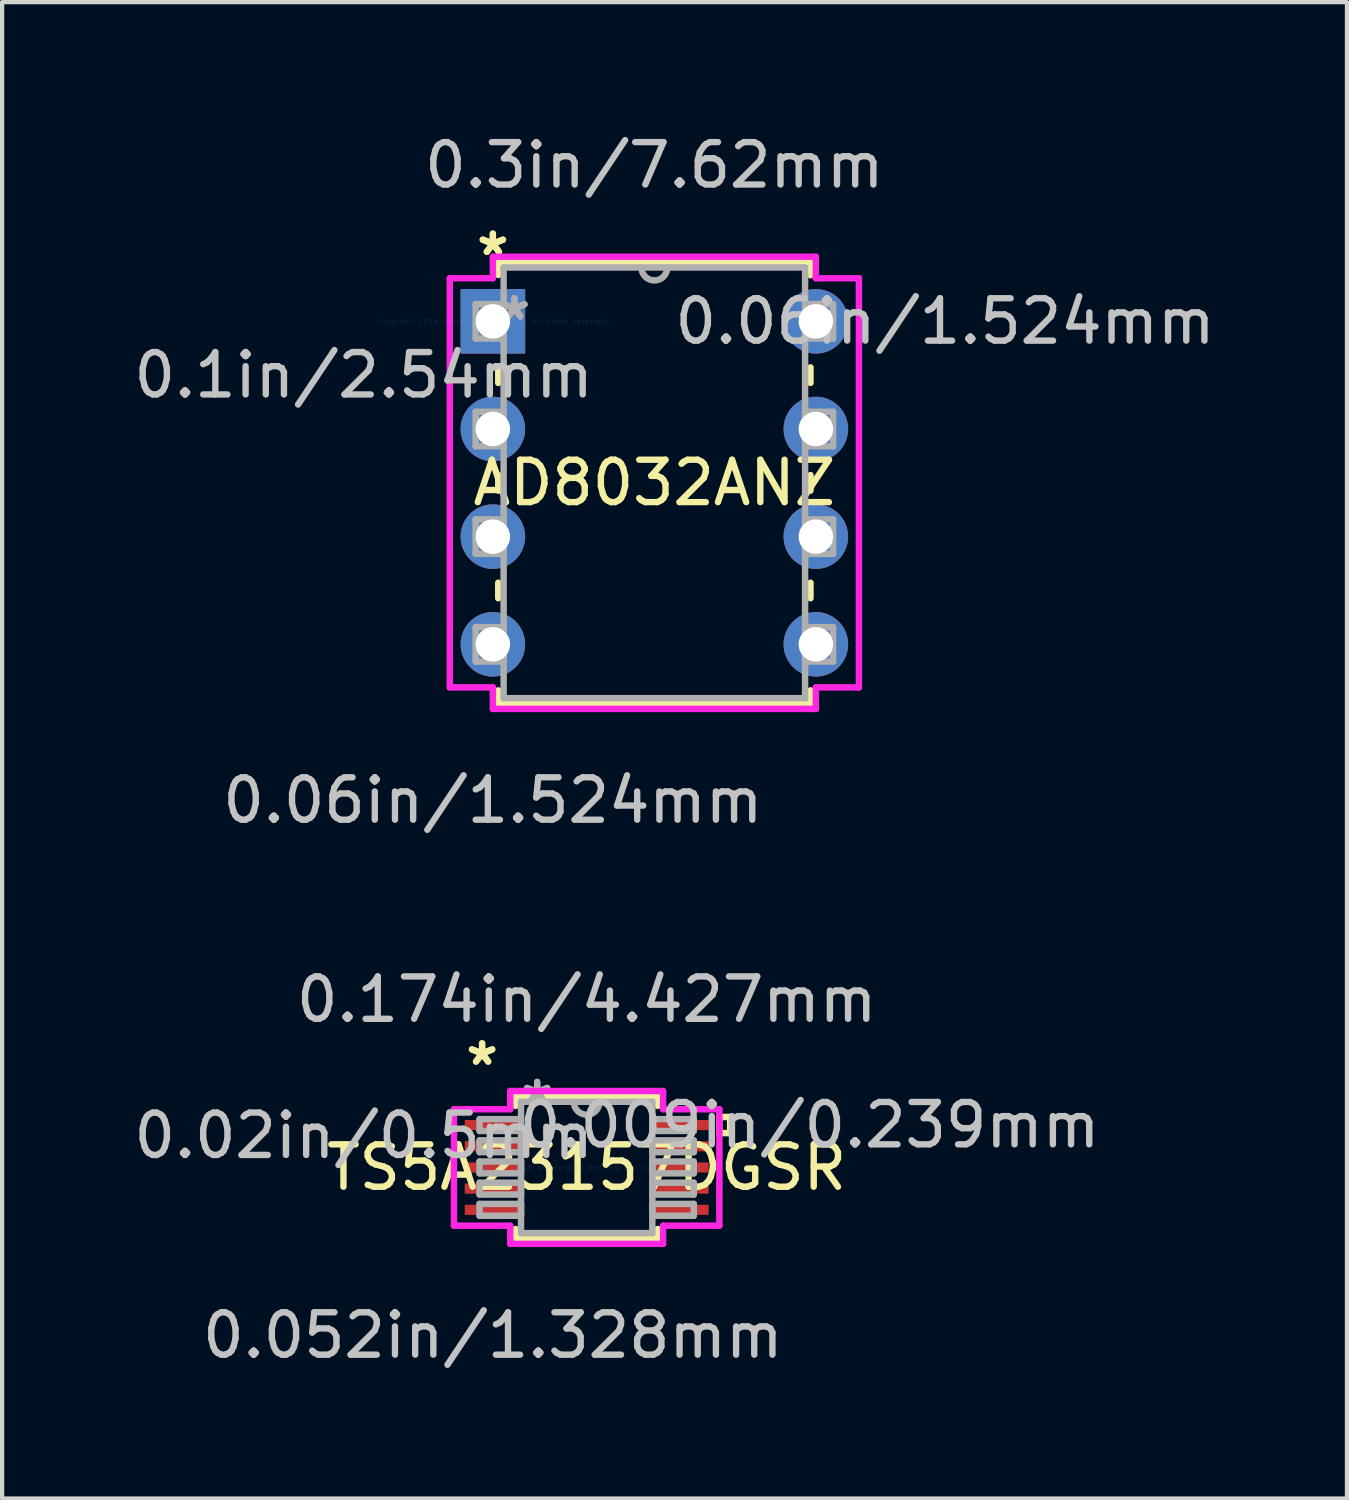
<source format=kicad_pcb>
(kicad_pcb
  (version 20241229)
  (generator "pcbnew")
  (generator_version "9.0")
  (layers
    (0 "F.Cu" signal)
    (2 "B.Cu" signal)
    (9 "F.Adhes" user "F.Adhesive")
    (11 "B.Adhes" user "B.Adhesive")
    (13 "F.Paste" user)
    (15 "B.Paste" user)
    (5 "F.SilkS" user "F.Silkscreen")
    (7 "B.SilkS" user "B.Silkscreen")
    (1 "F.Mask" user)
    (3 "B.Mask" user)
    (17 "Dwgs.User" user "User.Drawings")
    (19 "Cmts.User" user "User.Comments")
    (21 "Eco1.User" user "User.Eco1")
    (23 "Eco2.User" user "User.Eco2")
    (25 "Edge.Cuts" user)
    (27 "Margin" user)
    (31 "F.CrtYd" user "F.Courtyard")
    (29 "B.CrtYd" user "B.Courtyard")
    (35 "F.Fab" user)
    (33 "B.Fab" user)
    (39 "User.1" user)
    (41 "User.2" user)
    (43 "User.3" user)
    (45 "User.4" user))
  (footprint "TS5A23157DGSR"
    (layer "F.Cu")
    (at 10.791 24.493)
    (property "Reference" "TS5A23157DGSR" (at 0 0 0) (layer "F.SilkS") (effects (font (size 1 1) (thickness 0.15))))
    (attr through_hole)
    (fp_line (start -1.676 -1.676) (end -1.676 -1.452) (stroke (width 0.152) (type solid)) (layer "F.SilkS"))
    (fp_line (start -1.676 1.452) (end -1.676 1.676) (stroke (width 0.152) (type solid)) (layer "F.SilkS"))
    (fp_line (start -1.676 1.676) (end 1.676 1.676) (stroke (width 0.152) (type solid)) (layer "F.SilkS"))
    (fp_line (start 1.676 -1.676) (end -1.676 -1.676) (stroke (width 0.152) (type solid)) (layer "F.SilkS"))
    (fp_line (start 1.676 -1.452) (end 1.676 -1.676) (stroke (width 0.152) (type solid)) (layer "F.SilkS"))
    (fp_line (start 1.676 1.676) (end 1.676 1.452) (stroke (width 0.152) (type solid)) (layer "F.SilkS"))
    (fp_line (start 3.131 -1.191) (end 3.385 -1.191) (stroke (width 0.152) (type solid)) (layer "F.SilkS"))
    (fp_line (start 3.131 -0.81) (end 3.131 -1.191) (stroke (width 0.152) (type solid)) (layer "F.SilkS"))
    (fp_line (start 3.385 -1.191) (end 3.385 -0.81) (stroke (width 0.152) (type solid)) (layer "F.SilkS"))
    (fp_line (start 3.385 -0.81) (end 3.131 -0.81) (stroke (width 0.152) (type solid)) (layer "F.SilkS"))
    (fp_line (start -3.131 -1.374) (end -1.803 -1.374) (stroke (width 0.152) (type solid)) (layer "F.CrtYd"))
    (fp_line (start -3.131 1.374) (end -3.131 -1.374) (stroke (width 0.152) (type solid)) (layer "F.CrtYd"))
    (fp_line (start -1.803 -1.803) (end 1.803 -1.803) (stroke (width 0.152) (type solid)) (layer "F.CrtYd"))
    (fp_line (start -1.803 -1.374) (end -1.803 -1.803) (stroke (width 0.152) (type solid)) (layer "F.CrtYd"))
    (fp_line (start -1.803 1.374) (end -3.131 1.374) (stroke (width 0.152) (type solid)) (layer "F.CrtYd"))
    (fp_line (start -1.803 1.803) (end -1.803 1.374) (stroke (width 0.152) (type solid)) (layer "F.CrtYd"))
    (fp_line (start 1.803 -1.803) (end 1.803 -1.374) (stroke (width 0.152) (type solid)) (layer "F.CrtYd"))
    (fp_line (start 1.803 -1.374) (end 3.131 -1.374) (stroke (width 0.152) (type solid)) (layer "F.CrtYd"))
    (fp_line (start 1.803 1.374) (end 1.803 1.803) (stroke (width 0.152) (type solid)) (layer "F.CrtYd"))
    (fp_line (start 1.803 1.803) (end -1.803 1.803) (stroke (width 0.152) (type solid)) (layer "F.CrtYd"))
    (fp_line (start 3.131 -1.374) (end 3.131 1.374) (stroke (width 0.152) (type solid)) (layer "F.CrtYd"))
    (fp_line (start 3.131 1.374) (end 1.803 1.374) (stroke (width 0.152) (type solid)) (layer "F.CrtYd"))
    (fp_line (start -2.527 -1.14) (end -2.527 -0.86) (stroke (width 0.152) (type solid)) (layer "F.Fab"))
    (fp_line (start -2.527 -0.86) (end -1.549 -0.86) (stroke (width 0.152) (type solid)) (layer "F.Fab"))
    (fp_line (start -2.527 -0.64) (end -2.527 -0.36) (stroke (width 0.152) (type solid)) (layer "F.Fab"))
    (fp_line (start -2.527 -0.36) (end -1.549 -0.36) (stroke (width 0.152) (type solid)) (layer "F.Fab"))
    (fp_line (start -2.527 -0.14) (end -2.527 0.14) (stroke (width 0.152) (type solid)) (layer "F.Fab"))
    (fp_line (start -2.527 0.14) (end -1.549 0.14) (stroke (width 0.152) (type solid)) (layer "F.Fab"))
    (fp_line (start -2.527 0.36) (end -2.527 0.64) (stroke (width 0.152) (type solid)) (layer "F.Fab"))
    (fp_line (start -2.527 0.64) (end -1.549 0.64) (stroke (width 0.152) (type solid)) (layer "F.Fab"))
    (fp_line (start -2.527 0.86) (end -2.527 1.14) (stroke (width 0.152) (type solid)) (layer "F.Fab"))
    (fp_line (start -2.527 1.14) (end -1.549 1.14) (stroke (width 0.152) (type solid)) (layer "F.Fab"))
    (fp_line (start -1.549 -1.549) (end -1.549 1.549) (stroke (width 0.152) (type solid)) (layer "F.Fab"))
    (fp_line (start -1.549 -1.14) (end -2.527 -1.14) (stroke (width 0.152) (type solid)) (layer "F.Fab"))
    (fp_line (start -1.549 -0.86) (end -1.549 -1.14) (stroke (width 0.152) (type solid)) (layer "F.Fab"))
    (fp_line (start -1.549 -0.64) (end -2.527 -0.64) (stroke (width 0.152) (type solid)) (layer "F.Fab"))
    (fp_line (start -1.549 -0.36) (end -1.549 -0.64) (stroke (width 0.152) (type solid)) (layer "F.Fab"))
    (fp_line (start -1.549 -0.14) (end -2.527 -0.14) (stroke (width 0.152) (type solid)) (layer "F.Fab"))
    (fp_line (start -1.549 0.14) (end -1.549 -0.14) (stroke (width 0.152) (type solid)) (layer "F.Fab"))
    (fp_line (start -1.549 0.36) (end -2.527 0.36) (stroke (width 0.152) (type solid)) (layer "F.Fab"))
    (fp_line (start -1.549 0.64) (end -1.549 0.36) (stroke (width 0.152) (type solid)) (layer "F.Fab"))
    (fp_line (start -1.549 0.86) (end -2.527 0.86) (stroke (width 0.152) (type solid)) (layer "F.Fab"))
    (fp_line (start -1.549 1.14) (end -1.549 0.86) (stroke (width 0.152) (type solid)) (layer "F.Fab"))
    (fp_line (start -1.549 1.549) (end 1.549 1.549) (stroke (width 0.152) (type solid)) (layer "F.Fab"))
    (fp_line (start 1.549 -1.549) (end -1.549 -1.549) (stroke (width 0.152) (type solid)) (layer "F.Fab"))
    (fp_line (start 1.549 -1.14) (end 1.549 -0.86) (stroke (width 0.152) (type solid)) (layer "F.Fab"))
    (fp_line (start 1.549 -0.86) (end 2.527 -0.86) (stroke (width 0.152) (type solid)) (layer "F.Fab"))
    (fp_line (start 1.549 -0.64) (end 1.549 -0.36) (stroke (width 0.152) (type solid)) (layer "F.Fab"))
    (fp_line (start 1.549 -0.36) (end 2.527 -0.36) (stroke (width 0.152) (type solid)) (layer "F.Fab"))
    (fp_line (start 1.549 -0.14) (end 1.549 0.14) (stroke (width 0.152) (type solid)) (layer "F.Fab"))
    (fp_line (start 1.549 0.14) (end 2.527 0.14) (stroke (width 0.152) (type solid)) (layer "F.Fab"))
    (fp_line (start 1.549 0.36) (end 1.549 0.64) (stroke (width 0.152) (type solid)) (layer "F.Fab"))
    (fp_line (start 1.549 0.64) (end 2.527 0.64) (stroke (width 0.152) (type solid)) (layer "F.Fab"))
    (fp_line (start 1.549 0.86) (end 1.549 1.14) (stroke (width 0.152) (type solid)) (layer "F.Fab"))
    (fp_line (start 1.549 1.14) (end 2.527 1.14) (stroke (width 0.152) (type solid)) (layer "F.Fab"))
    (fp_line (start 1.549 1.549) (end 1.549 -1.549) (stroke (width 0.152) (type solid)) (layer "F.Fab"))
    (fp_line (start 2.527 -1.14) (end 1.549 -1.14) (stroke (width 0.152) (type solid)) (layer "F.Fab"))
    (fp_line (start 2.527 -0.86) (end 2.527 -1.14) (stroke (width 0.152) (type solid)) (layer "F.Fab"))
    (fp_line (start 2.527 -0.64) (end 1.549 -0.64) (stroke (width 0.152) (type solid)) (layer "F.Fab"))
    (fp_line (start 2.527 -0.36) (end 2.527 -0.64) (stroke (width 0.152) (type solid)) (layer "F.Fab"))
    (fp_line (start 2.527 -0.14) (end 1.549 -0.14) (stroke (width 0.152) (type solid)) (layer "F.Fab"))
    (fp_line (start 2.527 0.14) (end 2.527 -0.14) (stroke (width 0.152) (type solid)) (layer "F.Fab"))
    (fp_line (start 2.527 0.36) (end 1.549 0.36) (stroke (width 0.152) (type solid)) (layer "F.Fab"))
    (fp_line (start 2.527 0.64) (end 2.527 0.36) (stroke (width 0.152) (type solid)) (layer "F.Fab"))
    (fp_line (start 2.527 0.86) (end 1.549 0.86) (stroke (width 0.152) (type solid)) (layer "F.Fab"))
    (fp_line (start 2.527 1.14) (end 2.527 0.86) (stroke (width 0.152) (type solid)) (layer "F.Fab"))
    (fp_arc (start 0.3048 -1.5494) (mid 0 -1.2446) (end -0.3048 -1.5494) (stroke (width 0.1524) (type solid)) (layer "F.Fab"))
    (fp_text user "*" (at -2.467 -2.382 0) (layer "F.SilkS") (effects (font (size 1 1) (thickness 0.15))))
    (fp_text user "*" (at -2.467 -2.382 0) (layer "F.SilkS") (effects (font (size 1 1) (thickness 0.15))))
    (fp_text user "0.009in/0.239mm" (at 5.261 -1 0) (layer "Dwgs.User") (effects (font (size 1 1) (thickness 0.15))))
    (fp_text user "0.02in/0.5mm" (at -5.261 -0.75 0) (layer "Dwgs.User") (effects (font (size 1 1) (thickness 0.15))))
    (fp_text user "0.174in/4.427mm" (at 0 -3.962 0) (layer "Dwgs.User") (effects (font (size 1 1) (thickness 0.15))))
    (fp_text user "0.052in/1.328mm" (at -2.213 3.962 0) (layer "Dwgs.User") (effects (font (size 1 1) (thickness 0.15))))
    (fp_text user "Copyright 2016 Accelerated Designs. All rights reserved." (at 0 0 0) (layer "Cmts.User") (effects (font (size 0.127 0.127) (thickness 0.002))))
    (fp_text user "*" (at -1.168 -1.473 0) (layer "F.Fab") (effects (font (size 1 1) (thickness 0.15))))
    (fp_text user "*" (at -1.168 -1.473 0) (layer "F.Fab") (effects (font (size 1 1) (thickness 0.15))))
    (pad "1" smd rect (at -2.213 -1) (size 1.328 0.239) (layers "F.Cu" "F.Mask" "F.Paste"))
    (pad "2" smd rect (at -2.213 -0.5) (size 1.328 0.239) (layers "F.Cu" "F.Mask" "F.Paste"))
    (pad "3" smd rect (at -2.213 0) (size 1.328 0.239) (layers "F.Cu" "F.Mask" "F.Paste"))
    (pad "4" smd rect (at -2.213 0.5) (size 1.328 0.239) (layers "F.Cu" "F.Mask" "F.Paste"))
    (pad "5" smd rect (at -2.213 1) (size 1.328 0.239) (layers "F.Cu" "F.Mask" "F.Paste"))
    (pad "6" smd rect (at 2.213 1) (size 1.328 0.239) (layers "F.Cu" "F.Mask" "F.Paste"))
    (pad "7" smd rect (at 2.213 0.5) (size 1.328 0.239) (layers "F.Cu" "F.Mask" "F.Paste"))
    (pad "8" smd rect (at 2.213 0) (size 1.328 0.239) (layers "F.Cu" "F.Mask" "F.Paste"))
    (pad "9" smd rect (at 2.213 -0.5) (size 1.328 0.239) (layers "F.Cu" "F.Mask" "F.Paste"))
    (pad "10" smd rect (at 2.213 -1) (size 1.328 0.239) (layers "F.Cu" "F.Mask" "F.Paste")))
  (footprint "AD8032ANZ"
    (layer "F.Cu")
    (at 8.578 4.531)
    (property "Reference" "AD8032ANZ" (at 3.81 3.81 0) (layer "F.SilkS") (effects (font (size 1 1) (thickness 0.15))))
    (attr through_hole)
    (fp_line (start 0.127 -1.397) (end 0.127 -1.095) (stroke (width 0.152) (type solid)) (layer "F.SilkS"))
    (fp_line (start 0.127 1.095) (end 0.127 1.453) (stroke (width 0.152) (type solid)) (layer "F.SilkS"))
    (fp_line (start 0.127 3.627) (end 0.127 3.993) (stroke (width 0.152) (type solid)) (layer "F.SilkS"))
    (fp_line (start 0.127 6.167) (end 0.127 6.533) (stroke (width 0.152) (type solid)) (layer "F.SilkS"))
    (fp_line (start 0.127 8.707) (end 0.127 9.017) (stroke (width 0.152) (type solid)) (layer "F.SilkS"))
    (fp_line (start 0.127 9.017) (end 7.493 9.017) (stroke (width 0.152) (type solid)) (layer "F.SilkS"))
    (fp_line (start 7.493 -1.397) (end 0.127 -1.397) (stroke (width 0.152) (type solid)) (layer "F.SilkS"))
    (fp_line (start 7.493 -1.087) (end 7.493 -1.397) (stroke (width 0.152) (type solid)) (layer "F.SilkS"))
    (fp_line (start 7.493 1.453) (end 7.493 1.087) (stroke (width 0.152) (type solid)) (layer "F.SilkS"))
    (fp_line (start 7.493 3.993) (end 7.493 3.627) (stroke (width 0.152) (type solid)) (layer "F.SilkS"))
    (fp_line (start 7.493 6.533) (end 7.493 6.167) (stroke (width 0.152) (type solid)) (layer "F.SilkS"))
    (fp_line (start 7.493 9.017) (end 7.493 8.707) (stroke (width 0.152) (type solid)) (layer "F.SilkS"))
    (fp_line (start -1.016 -1.016) (end -1.016 8.636) (stroke (width 0.152) (type solid)) (layer "F.CrtYd"))
    (fp_line (start -1.016 8.636) (end 0 8.636) (stroke (width 0.152) (type solid)) (layer "F.CrtYd"))
    (fp_line (start 0 -1.524) (end 0 -1.016) (stroke (width 0.152) (type solid)) (layer "F.CrtYd"))
    (fp_line (start 0 -1.016) (end -1.016 -1.016) (stroke (width 0.152) (type solid)) (layer "F.CrtYd"))
    (fp_line (start 0 8.636) (end 0 9.144) (stroke (width 0.152) (type solid)) (layer "F.CrtYd"))
    (fp_line (start 0 9.144) (end 7.62 9.144) (stroke (width 0.152) (type solid)) (layer "F.CrtYd"))
    (fp_line (start 7.62 -1.524) (end 0 -1.524) (stroke (width 0.152) (type solid)) (layer "F.CrtYd"))
    (fp_line (start 7.62 -1.016) (end 7.62 -1.524) (stroke (width 0.152) (type solid)) (layer "F.CrtYd"))
    (fp_line (start 7.62 8.636) (end 8.636 8.636) (stroke (width 0.152) (type solid)) (layer "F.CrtYd"))
    (fp_line (start 7.62 9.144) (end 7.62 8.636) (stroke (width 0.152) (type solid)) (layer "F.CrtYd"))
    (fp_line (start 8.636 -1.016) (end 7.62 -1.016) (stroke (width 0.152) (type solid)) (layer "F.CrtYd"))
    (fp_line (start 8.636 8.636) (end 8.636 -1.016) (stroke (width 0.152) (type solid)) (layer "F.CrtYd"))
    (fp_line (start -0.406 -0.406) (end -0.406 0.406) (stroke (width 0.152) (type solid)) (layer "F.Fab"))
    (fp_line (start -0.406 0.406) (end 0.254 0.406) (stroke (width 0.152) (type solid)) (layer "F.Fab"))
    (fp_line (start -0.406 2.134) (end -0.406 2.946) (stroke (width 0.152) (type solid)) (layer "F.Fab"))
    (fp_line (start -0.406 2.946) (end 0.254 2.946) (stroke (width 0.152) (type solid)) (layer "F.Fab"))
    (fp_line (start -0.406 4.674) (end -0.406 5.486) (stroke (width 0.152) (type solid)) (layer "F.Fab"))
    (fp_line (start -0.406 5.486) (end 0.254 5.486) (stroke (width 0.152) (type solid)) (layer "F.Fab"))
    (fp_line (start -0.406 7.214) (end -0.406 8.026) (stroke (width 0.152) (type solid)) (layer "F.Fab"))
    (fp_line (start -0.406 8.026) (end 0.254 8.026) (stroke (width 0.152) (type solid)) (layer "F.Fab"))
    (fp_line (start 0.254 -1.27) (end 0.254 8.89) (stroke (width 0.152) (type solid)) (layer "F.Fab"))
    (fp_line (start 0.254 -0.406) (end -0.406 -0.406) (stroke (width 0.152) (type solid)) (layer "F.Fab"))
    (fp_line (start 0.254 0.406) (end 0.254 -0.406) (stroke (width 0.152) (type solid)) (layer "F.Fab"))
    (fp_line (start 0.254 2.134) (end -0.406 2.134) (stroke (width 0.152) (type solid)) (layer "F.Fab"))
    (fp_line (start 0.254 2.946) (end 0.254 2.134) (stroke (width 0.152) (type solid)) (layer "F.Fab"))
    (fp_line (start 0.254 4.674) (end -0.406 4.674) (stroke (width 0.152) (type solid)) (layer "F.Fab"))
    (fp_line (start 0.254 5.486) (end 0.254 4.674) (stroke (width 0.152) (type solid)) (layer "F.Fab"))
    (fp_line (start 0.254 7.214) (end -0.406 7.214) (stroke (width 0.152) (type solid)) (layer "F.Fab"))
    (fp_line (start 0.254 8.026) (end 0.254 7.214) (stroke (width 0.152) (type solid)) (layer "F.Fab"))
    (fp_line (start 0.254 8.89) (end 7.366 8.89) (stroke (width 0.152) (type solid)) (layer "F.Fab"))
    (fp_line (start 7.366 -1.27) (end 0.254 -1.27) (stroke (width 0.152) (type solid)) (layer "F.Fab"))
    (fp_line (start 7.366 -0.406) (end 7.366 0.406) (stroke (width 0.152) (type solid)) (layer "F.Fab"))
    (fp_line (start 7.366 0.406) (end 8.026 0.406) (stroke (width 0.152) (type solid)) (layer "F.Fab"))
    (fp_line (start 7.366 2.134) (end 7.366 2.946) (stroke (width 0.152) (type solid)) (layer "F.Fab"))
    (fp_line (start 7.366 2.946) (end 8.026 2.946) (stroke (width 0.152) (type solid)) (layer "F.Fab"))
    (fp_line (start 7.366 4.674) (end 7.366 5.486) (stroke (width 0.152) (type solid)) (layer "F.Fab"))
    (fp_line (start 7.366 5.486) (end 8.026 5.486) (stroke (width 0.152) (type solid)) (layer "F.Fab"))
    (fp_line (start 7.366 7.214) (end 7.366 8.026) (stroke (width 0.152) (type solid)) (layer "F.Fab"))
    (fp_line (start 7.366 8.026) (end 8.026 8.026) (stroke (width 0.152) (type solid)) (layer "F.Fab"))
    (fp_line (start 7.366 8.89) (end 7.366 -1.27) (stroke (width 0.152) (type solid)) (layer "F.Fab"))
    (fp_line (start 8.026 -0.406) (end 7.366 -0.406) (stroke (width 0.152) (type solid)) (layer "F.Fab"))
    (fp_line (start 8.026 0.406) (end 8.026 -0.406) (stroke (width 0.152) (type solid)) (layer "F.Fab"))
    (fp_line (start 8.026 2.134) (end 7.366 2.134) (stroke (width 0.152) (type solid)) (layer "F.Fab"))
    (fp_line (start 8.026 2.946) (end 8.026 2.134) (stroke (width 0.152) (type solid)) (layer "F.Fab"))
    (fp_line (start 8.026 4.674) (end 7.366 4.674) (stroke (width 0.152) (type solid)) (layer "F.Fab"))
    (fp_line (start 8.026 5.486) (end 8.026 4.674) (stroke (width 0.152) (type solid)) (layer "F.Fab"))
    (fp_line (start 8.026 7.214) (end 7.366 7.214) (stroke (width 0.152) (type solid)) (layer "F.Fab"))
    (fp_line (start 8.026 8.026) (end 8.026 7.214) (stroke (width 0.152) (type solid)) (layer "F.Fab"))
    (fp_arc (start 4.1148 -1.27) (mid 3.81 -0.9652) (end 3.5052 -1.27) (stroke (width 0.1524) (type solid)) (layer "F.Fab"))
    (fp_text user "*" (at 0 -1.524 0) (layer "F.SilkS") (effects (font (size 1 1) (thickness 0.15))))
    (fp_text user "*" (at 0 -1.524 0) (layer "F.SilkS") (effects (font (size 1 1) (thickness 0.15))))
    (fp_text user "0.3in/7.62mm" (at 3.81 -3.683 0) (layer "Dwgs.User") (effects (font (size 1 1) (thickness 0.15))))
    (fp_text user "0.1in/2.54mm" (at -3.048 1.27 0) (layer "Dwgs.User") (effects (font (size 1 1) (thickness 0.15))))
    (fp_text user "0.06in/1.524mm" (at 10.668 0 0) (layer "Dwgs.User") (effects (font (size 1 1) (thickness 0.15))))
    (fp_text user "0.06in/1.524mm" (at 0 11.303 0) (layer "Dwgs.User") (effects (font (size 1 1) (thickness 0.15))))
    (fp_text user "Copyright 2016 Accelerated Designs. All rights reserved." (at 0 0 0) (layer "Cmts.User") (effects (font (size 0.127 0.127) (thickness 0.002))))
    (fp_text user "*" (at 0.508 0 0) (layer "F.Fab") (effects (font (size 1 1) (thickness 0.15))))
    (fp_text user "*" (at 0.508 0 0) (layer "F.Fab") (effects (font (size 1 1) (thickness 0.15))))
    (pad "1" thru_hole rect (at 0 0) (size 1.524 1.524) (drill 0.813) (layers "*.Cu" "*.Mask"))
    (pad "2" thru_hole circle (at 0 2.54) (size 1.524 1.524) (drill 0.813) (layers "*.Cu" "*.Mask"))
    (pad "3" thru_hole circle (at 0 5.08) (size 1.524 1.524) (drill 0.813) (layers "*.Cu" "*.Mask"))
    (pad "4" thru_hole circle (at 0 7.62) (size 1.524 1.524) (drill 0.813) (layers "*.Cu" "*.Mask"))
    (pad "5" thru_hole circle (at 7.62 7.62) (size 1.524 1.524) (drill 0.813) (layers "*.Cu" "*.Mask"))
    (pad "6" thru_hole circle (at 7.62 5.08) (size 1.524 1.524) (drill 0.813) (layers "*.Cu" "*.Mask"))
    (pad "7" thru_hole circle (at 7.62 2.54) (size 1.524 1.524) (drill 0.813) (layers "*.Cu" "*.Mask"))
    (pad "8" thru_hole circle (at 7.62 0) (size 1.524 1.524) (drill 0.813) (layers "*.Cu" "*.Mask")))
  (gr_rect
    (start -3 -3)
    (end 28.728 32.304)
    (stroke (width 0.1) (type default))
    (fill no)
    (layer "Edge.Cuts")))
</source>
